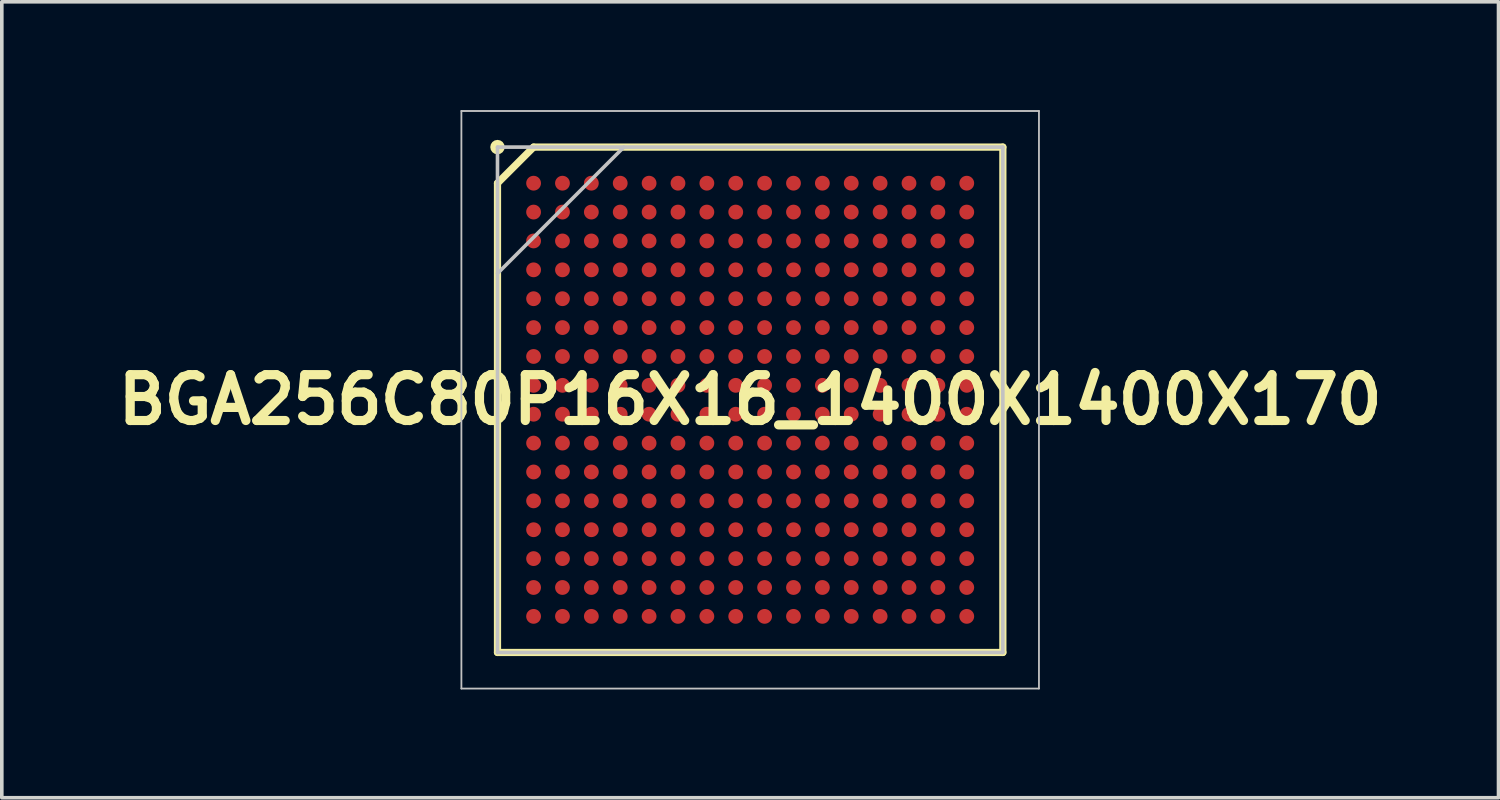
<source format=kicad_pcb>
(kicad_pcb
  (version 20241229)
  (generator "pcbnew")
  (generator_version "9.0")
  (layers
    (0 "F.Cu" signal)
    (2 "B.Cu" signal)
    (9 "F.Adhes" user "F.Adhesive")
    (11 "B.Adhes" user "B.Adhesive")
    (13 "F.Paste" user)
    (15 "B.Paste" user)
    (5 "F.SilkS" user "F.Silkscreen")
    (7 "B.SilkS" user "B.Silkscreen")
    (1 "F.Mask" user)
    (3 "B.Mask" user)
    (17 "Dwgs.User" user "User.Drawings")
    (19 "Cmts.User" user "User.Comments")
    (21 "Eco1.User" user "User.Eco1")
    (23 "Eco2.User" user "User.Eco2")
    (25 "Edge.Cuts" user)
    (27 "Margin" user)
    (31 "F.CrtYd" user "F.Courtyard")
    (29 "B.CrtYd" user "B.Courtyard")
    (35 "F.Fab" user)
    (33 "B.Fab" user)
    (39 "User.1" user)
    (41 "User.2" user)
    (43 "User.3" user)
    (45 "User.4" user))
  (footprint "BGA256C80P16X16_1400X1400X170"
    (layer "F.Cu")
    (at 17.732 8.025)
    (property "Reference" "BGA256C80P16X16_1400X1400X170" (at 0 0 0) (layer "F.SilkS") (effects (font (size 1.27 1.27) (thickness 0.254))))
    (attr smd)
    (fp_line (start -7 -6) (end -6 -7) (stroke (width 0.2) (type solid)) (layer "F.SilkS"))
    (fp_line (start -7 7) (end -7 -6) (stroke (width 0.2) (type solid)) (layer "F.SilkS"))
    (fp_line (start -6 -7) (end 7 -7) (stroke (width 0.2) (type solid)) (layer "F.SilkS"))
    (fp_line (start 7 -7) (end 7 7) (stroke (width 0.2) (type solid)) (layer "F.SilkS"))
    (fp_line (start 7 7) (end -7 7) (stroke (width 0.2) (type solid)) (layer "F.SilkS"))
    (fp_circle (center -7 -7) (end -7 -6.9) (stroke (width 0.2) (type solid)) (fill no) (layer "F.SilkS"))
    (fp_line (start -8 -8) (end 8 -8) (stroke (width 0.05) (type solid)) (layer "Dwgs.User"))
    (fp_line (start -8 8) (end -8 -8) (stroke (width 0.05) (type solid)) (layer "Dwgs.User"))
    (fp_line (start -7 -7) (end 7 -7) (stroke (width 0.1) (type solid)) (layer "Dwgs.User"))
    (fp_line (start -7 -3.5) (end -3.5 -7) (stroke (width 0.1) (type solid)) (layer "Dwgs.User"))
    (fp_line (start -7 7) (end -7 -7) (stroke (width 0.1) (type solid)) (layer "Dwgs.User"))
    (fp_line (start 7 -7) (end 7 7) (stroke (width 0.1) (type solid)) (layer "Dwgs.User"))
    (fp_line (start 7 7) (end -7 7) (stroke (width 0.1) (type solid)) (layer "Dwgs.User"))
    (fp_line (start 8 -8) (end 8 8) (stroke (width 0.05) (type solid)) (layer "Dwgs.User"))
    (fp_line (start 8 8) (end -8 8) (stroke (width 0.05) (type solid)) (layer "Dwgs.User"))
    (pad "A1" smd circle (at -6 -6 90) (size 0.41 0.41) (layers "F.Cu" "F.Mask" "F.Paste"))
    (pad "A2" smd circle (at -5.2 -6 90) (size 0.41 0.41) (layers "F.Cu" "F.Mask" "F.Paste"))
    (pad "A3" smd circle (at -4.4 -6 90) (size 0.41 0.41) (layers "F.Cu" "F.Mask" "F.Paste"))
    (pad "A4" smd circle (at -3.6 -6 90) (size 0.41 0.41) (layers "F.Cu" "F.Mask" "F.Paste"))
    (pad "A5" smd circle (at -2.8 -6 90) (size 0.41 0.41) (layers "F.Cu" "F.Mask" "F.Paste"))
    (pad "A6" smd circle (at -2 -6 90) (size 0.41 0.41) (layers "F.Cu" "F.Mask" "F.Paste"))
    (pad "A7" smd circle (at -1.2 -6 90) (size 0.41 0.41) (layers "F.Cu" "F.Mask" "F.Paste"))
    (pad "A8" smd circle (at -0.4 -6 90) (size 0.41 0.41) (layers "F.Cu" "F.Mask" "F.Paste"))
    (pad "A9" smd circle (at 0.4 -6 90) (size 0.41 0.41) (layers "F.Cu" "F.Mask" "F.Paste"))
    (pad "A10" smd circle (at 1.2 -6 90) (size 0.41 0.41) (layers "F.Cu" "F.Mask" "F.Paste"))
    (pad "A11" smd circle (at 2 -6 90) (size 0.41 0.41) (layers "F.Cu" "F.Mask" "F.Paste"))
    (pad "A12" smd circle (at 2.8 -6 90) (size 0.41 0.41) (layers "F.Cu" "F.Mask" "F.Paste"))
    (pad "A13" smd circle (at 3.6 -6 90) (size 0.41 0.41) (layers "F.Cu" "F.Mask" "F.Paste"))
    (pad "A14" smd circle (at 4.4 -6 90) (size 0.41 0.41) (layers "F.Cu" "F.Mask" "F.Paste"))
    (pad "A15" smd circle (at 5.2 -6 90) (size 0.41 0.41) (layers "F.Cu" "F.Mask" "F.Paste"))
    (pad "A16" smd circle (at 6 -6 90) (size 0.41 0.41) (layers "F.Cu" "F.Mask" "F.Paste"))
    (pad "B1" smd circle (at -6 -5.2 90) (size 0.41 0.41) (layers "F.Cu" "F.Mask" "F.Paste"))
    (pad "B2" smd circle (at -5.2 -5.2 90) (size 0.41 0.41) (layers "F.Cu" "F.Mask" "F.Paste"))
    (pad "B3" smd circle (at -4.4 -5.2 90) (size 0.41 0.41) (layers "F.Cu" "F.Mask" "F.Paste"))
    (pad "B4" smd circle (at -3.6 -5.2 90) (size 0.41 0.41) (layers "F.Cu" "F.Mask" "F.Paste"))
    (pad "B5" smd circle (at -2.8 -5.2 90) (size 0.41 0.41) (layers "F.Cu" "F.Mask" "F.Paste"))
    (pad "B6" smd circle (at -2 -5.2 90) (size 0.41 0.41) (layers "F.Cu" "F.Mask" "F.Paste"))
    (pad "B7" smd circle (at -1.2 -5.2 90) (size 0.41 0.41) (layers "F.Cu" "F.Mask" "F.Paste"))
    (pad "B8" smd circle (at -0.4 -5.2 90) (size 0.41 0.41) (layers "F.Cu" "F.Mask" "F.Paste"))
    (pad "B9" smd circle (at 0.4 -5.2 90) (size 0.41 0.41) (layers "F.Cu" "F.Mask" "F.Paste"))
    (pad "B10" smd circle (at 1.2 -5.2 90) (size 0.41 0.41) (layers "F.Cu" "F.Mask" "F.Paste"))
    (pad "B11" smd circle (at 2 -5.2 90) (size 0.41 0.41) (layers "F.Cu" "F.Mask" "F.Paste"))
    (pad "B12" smd circle (at 2.8 -5.2 90) (size 0.41 0.41) (layers "F.Cu" "F.Mask" "F.Paste"))
    (pad "B13" smd circle (at 3.6 -5.2 90) (size 0.41 0.41) (layers "F.Cu" "F.Mask" "F.Paste"))
    (pad "B14" smd circle (at 4.4 -5.2 90) (size 0.41 0.41) (layers "F.Cu" "F.Mask" "F.Paste"))
    (pad "B15" smd circle (at 5.2 -5.2 90) (size 0.41 0.41) (layers "F.Cu" "F.Mask" "F.Paste"))
    (pad "B16" smd circle (at 6 -5.2 90) (size 0.41 0.41) (layers "F.Cu" "F.Mask" "F.Paste"))
    (pad "C1" smd circle (at -6 -4.4 90) (size 0.41 0.41) (layers "F.Cu" "F.Mask" "F.Paste"))
    (pad "C2" smd circle (at -5.2 -4.4 90) (size 0.41 0.41) (layers "F.Cu" "F.Mask" "F.Paste"))
    (pad "C3" smd circle (at -4.4 -4.4 90) (size 0.41 0.41) (layers "F.Cu" "F.Mask" "F.Paste"))
    (pad "C4" smd circle (at -3.6 -4.4 90) (size 0.41 0.41) (layers "F.Cu" "F.Mask" "F.Paste"))
    (pad "C5" smd circle (at -2.8 -4.4 90) (size 0.41 0.41) (layers "F.Cu" "F.Mask" "F.Paste"))
    (pad "C6" smd circle (at -2 -4.4 90) (size 0.41 0.41) (layers "F.Cu" "F.Mask" "F.Paste"))
    (pad "C7" smd circle (at -1.2 -4.4 90) (size 0.41 0.41) (layers "F.Cu" "F.Mask" "F.Paste"))
    (pad "C8" smd circle (at -0.4 -4.4 90) (size 0.41 0.41) (layers "F.Cu" "F.Mask" "F.Paste"))
    (pad "C9" smd circle (at 0.4 -4.4 90) (size 0.41 0.41) (layers "F.Cu" "F.Mask" "F.Paste"))
    (pad "C10" smd circle (at 1.2 -4.4 90) (size 0.41 0.41) (layers "F.Cu" "F.Mask" "F.Paste"))
    (pad "C11" smd circle (at 2 -4.4 90) (size 0.41 0.41) (layers "F.Cu" "F.Mask" "F.Paste"))
    (pad "C12" smd circle (at 2.8 -4.4 90) (size 0.41 0.41) (layers "F.Cu" "F.Mask" "F.Paste"))
    (pad "C13" smd circle (at 3.6 -4.4 90) (size 0.41 0.41) (layers "F.Cu" "F.Mask" "F.Paste"))
    (pad "C14" smd circle (at 4.4 -4.4 90) (size 0.41 0.41) (layers "F.Cu" "F.Mask" "F.Paste"))
    (pad "C15" smd circle (at 5.2 -4.4 90) (size 0.41 0.41) (layers "F.Cu" "F.Mask" "F.Paste"))
    (pad "C16" smd circle (at 6 -4.4 90) (size 0.41 0.41) (layers "F.Cu" "F.Mask" "F.Paste"))
    (pad "D1" smd circle (at -6 -3.6 90) (size 0.41 0.41) (layers "F.Cu" "F.Mask" "F.Paste"))
    (pad "D2" smd circle (at -5.2 -3.6 90) (size 0.41 0.41) (layers "F.Cu" "F.Mask" "F.Paste"))
    (pad "D3" smd circle (at -4.4 -3.6 90) (size 0.41 0.41) (layers "F.Cu" "F.Mask" "F.Paste"))
    (pad "D4" smd circle (at -3.6 -3.6 90) (size 0.41 0.41) (layers "F.Cu" "F.Mask" "F.Paste"))
    (pad "D5" smd circle (at -2.8 -3.6 90) (size 0.41 0.41) (layers "F.Cu" "F.Mask" "F.Paste"))
    (pad "D6" smd circle (at -2 -3.6 90) (size 0.41 0.41) (layers "F.Cu" "F.Mask" "F.Paste"))
    (pad "D7" smd circle (at -1.2 -3.6 90) (size 0.41 0.41) (layers "F.Cu" "F.Mask" "F.Paste"))
    (pad "D8" smd circle (at -0.4 -3.6 90) (size 0.41 0.41) (layers "F.Cu" "F.Mask" "F.Paste"))
    (pad "D9" smd circle (at 0.4 -3.6 90) (size 0.41 0.41) (layers "F.Cu" "F.Mask" "F.Paste"))
    (pad "D10" smd circle (at 1.2 -3.6 90) (size 0.41 0.41) (layers "F.Cu" "F.Mask" "F.Paste"))
    (pad "D11" smd circle (at 2 -3.6 90) (size 0.41 0.41) (layers "F.Cu" "F.Mask" "F.Paste"))
    (pad "D12" smd circle (at 2.8 -3.6 90) (size 0.41 0.41) (layers "F.Cu" "F.Mask" "F.Paste"))
    (pad "D13" smd circle (at 3.6 -3.6 90) (size 0.41 0.41) (layers "F.Cu" "F.Mask" "F.Paste"))
    (pad "D14" smd circle (at 4.4 -3.6 90) (size 0.41 0.41) (layers "F.Cu" "F.Mask" "F.Paste"))
    (pad "D15" smd circle (at 5.2 -3.6 90) (size 0.41 0.41) (layers "F.Cu" "F.Mask" "F.Paste"))
    (pad "D16" smd circle (at 6 -3.6 90) (size 0.41 0.41) (layers "F.Cu" "F.Mask" "F.Paste"))
    (pad "E1" smd circle (at -6 -2.8 90) (size 0.41 0.41) (layers "F.Cu" "F.Mask" "F.Paste"))
    (pad "E2" smd circle (at -5.2 -2.8 90) (size 0.41 0.41) (layers "F.Cu" "F.Mask" "F.Paste"))
    (pad "E3" smd circle (at -4.4 -2.8 90) (size 0.41 0.41) (layers "F.Cu" "F.Mask" "F.Paste"))
    (pad "E4" smd circle (at -3.6 -2.8 90) (size 0.41 0.41) (layers "F.Cu" "F.Mask" "F.Paste"))
    (pad "E5" smd circle (at -2.8 -2.8 90) (size 0.41 0.41) (layers "F.Cu" "F.Mask" "F.Paste"))
    (pad "E6" smd circle (at -2 -2.8 90) (size 0.41 0.41) (layers "F.Cu" "F.Mask" "F.Paste"))
    (pad "E7" smd circle (at -1.2 -2.8 90) (size 0.41 0.41) (layers "F.Cu" "F.Mask" "F.Paste"))
    (pad "E8" smd circle (at -0.4 -2.8 90) (size 0.41 0.41) (layers "F.Cu" "F.Mask" "F.Paste"))
    (pad "E9" smd circle (at 0.4 -2.8 90) (size 0.41 0.41) (layers "F.Cu" "F.Mask" "F.Paste"))
    (pad "E10" smd circle (at 1.2 -2.8 90) (size 0.41 0.41) (layers "F.Cu" "F.Mask" "F.Paste"))
    (pad "E11" smd circle (at 2 -2.8 90) (size 0.41 0.41) (layers "F.Cu" "F.Mask" "F.Paste"))
    (pad "E12" smd circle (at 2.8 -2.8 90) (size 0.41 0.41) (layers "F.Cu" "F.Mask" "F.Paste"))
    (pad "E13" smd circle (at 3.6 -2.8 90) (size 0.41 0.41) (layers "F.Cu" "F.Mask" "F.Paste"))
    (pad "E14" smd circle (at 4.4 -2.8 90) (size 0.41 0.41) (layers "F.Cu" "F.Mask" "F.Paste"))
    (pad "E15" smd circle (at 5.2 -2.8 90) (size 0.41 0.41) (layers "F.Cu" "F.Mask" "F.Paste"))
    (pad "E16" smd circle (at 6 -2.8 90) (size 0.41 0.41) (layers "F.Cu" "F.Mask" "F.Paste"))
    (pad "F1" smd circle (at -6 -2 90) (size 0.41 0.41) (layers "F.Cu" "F.Mask" "F.Paste"))
    (pad "F2" smd circle (at -5.2 -2 90) (size 0.41 0.41) (layers "F.Cu" "F.Mask" "F.Paste"))
    (pad "F3" smd circle (at -4.4 -2 90) (size 0.41 0.41) (layers "F.Cu" "F.Mask" "F.Paste"))
    (pad "F4" smd circle (at -3.6 -2 90) (size 0.41 0.41) (layers "F.Cu" "F.Mask" "F.Paste"))
    (pad "F5" smd circle (at -2.8 -2 90) (size 0.41 0.41) (layers "F.Cu" "F.Mask" "F.Paste"))
    (pad "F6" smd circle (at -2 -2 90) (size 0.41 0.41) (layers "F.Cu" "F.Mask" "F.Paste"))
    (pad "F7" smd circle (at -1.2 -2 90) (size 0.41 0.41) (layers "F.Cu" "F.Mask" "F.Paste"))
    (pad "F8" smd circle (at -0.4 -2 90) (size 0.41 0.41) (layers "F.Cu" "F.Mask" "F.Paste"))
    (pad "F9" smd circle (at 0.4 -2 90) (size 0.41 0.41) (layers "F.Cu" "F.Mask" "F.Paste"))
    (pad "F10" smd circle (at 1.2 -2 90) (size 0.41 0.41) (layers "F.Cu" "F.Mask" "F.Paste"))
    (pad "F11" smd circle (at 2 -2 90) (size 0.41 0.41) (layers "F.Cu" "F.Mask" "F.Paste"))
    (pad "F12" smd circle (at 2.8 -2 90) (size 0.41 0.41) (layers "F.Cu" "F.Mask" "F.Paste"))
    (pad "F13" smd circle (at 3.6 -2 90) (size 0.41 0.41) (layers "F.Cu" "F.Mask" "F.Paste"))
    (pad "F14" smd circle (at 4.4 -2 90) (size 0.41 0.41) (layers "F.Cu" "F.Mask" "F.Paste"))
    (pad "F15" smd circle (at 5.2 -2 90) (size 0.41 0.41) (layers "F.Cu" "F.Mask" "F.Paste"))
    (pad "F16" smd circle (at 6 -2 90) (size 0.41 0.41) (layers "F.Cu" "F.Mask" "F.Paste"))
    (pad "G1" smd circle (at -6 -1.2 90) (size 0.41 0.41) (layers "F.Cu" "F.Mask" "F.Paste"))
    (pad "G2" smd circle (at -5.2 -1.2 90) (size 0.41 0.41) (layers "F.Cu" "F.Mask" "F.Paste"))
    (pad "G3" smd circle (at -4.4 -1.2 90) (size 0.41 0.41) (layers "F.Cu" "F.Mask" "F.Paste"))
    (pad "G4" smd circle (at -3.6 -1.2 90) (size 0.41 0.41) (layers "F.Cu" "F.Mask" "F.Paste"))
    (pad "G5" smd circle (at -2.8 -1.2 90) (size 0.41 0.41) (layers "F.Cu" "F.Mask" "F.Paste"))
    (pad "G6" smd circle (at -2 -1.2 90) (size 0.41 0.41) (layers "F.Cu" "F.Mask" "F.Paste"))
    (pad "G7" smd circle (at -1.2 -1.2 90) (size 0.41 0.41) (layers "F.Cu" "F.Mask" "F.Paste"))
    (pad "G8" smd circle (at -0.4 -1.2 90) (size 0.41 0.41) (layers "F.Cu" "F.Mask" "F.Paste"))
    (pad "G9" smd circle (at 0.4 -1.2 90) (size 0.41 0.41) (layers "F.Cu" "F.Mask" "F.Paste"))
    (pad "G10" smd circle (at 1.2 -1.2 90) (size 0.41 0.41) (layers "F.Cu" "F.Mask" "F.Paste"))
    (pad "G11" smd circle (at 2 -1.2 90) (size 0.41 0.41) (layers "F.Cu" "F.Mask" "F.Paste"))
    (pad "G12" smd circle (at 2.8 -1.2 90) (size 0.41 0.41) (layers "F.Cu" "F.Mask" "F.Paste"))
    (pad "G13" smd circle (at 3.6 -1.2 90) (size 0.41 0.41) (layers "F.Cu" "F.Mask" "F.Paste"))
    (pad "G14" smd circle (at 4.4 -1.2 90) (size 0.41 0.41) (layers "F.Cu" "F.Mask" "F.Paste"))
    (pad "G15" smd circle (at 5.2 -1.2 90) (size 0.41 0.41) (layers "F.Cu" "F.Mask" "F.Paste"))
    (pad "G16" smd circle (at 6 -1.2 90) (size 0.41 0.41) (layers "F.Cu" "F.Mask" "F.Paste"))
    (pad "H1" smd circle (at -6 -0.4 90) (size 0.41 0.41) (layers "F.Cu" "F.Mask" "F.Paste"))
    (pad "H2" smd circle (at -5.2 -0.4 90) (size 0.41 0.41) (layers "F.Cu" "F.Mask" "F.Paste"))
    (pad "H3" smd circle (at -4.4 -0.4 90) (size 0.41 0.41) (layers "F.Cu" "F.Mask" "F.Paste"))
    (pad "H4" smd circle (at -3.6 -0.4 90) (size 0.41 0.41) (layers "F.Cu" "F.Mask" "F.Paste"))
    (pad "H5" smd circle (at -2.8 -0.4 90) (size 0.41 0.41) (layers "F.Cu" "F.Mask" "F.Paste"))
    (pad "H6" smd circle (at -2 -0.4 90) (size 0.41 0.41) (layers "F.Cu" "F.Mask" "F.Paste"))
    (pad "H7" smd circle (at -1.2 -0.4 90) (size 0.41 0.41) (layers "F.Cu" "F.Mask" "F.Paste"))
    (pad "H8" smd circle (at -0.4 -0.4 90) (size 0.41 0.41) (layers "F.Cu" "F.Mask" "F.Paste"))
    (pad "H9" smd circle (at 0.4 -0.4 90) (size 0.41 0.41) (layers "F.Cu" "F.Mask" "F.Paste"))
    (pad "H10" smd circle (at 1.2 -0.4 90) (size 0.41 0.41) (layers "F.Cu" "F.Mask" "F.Paste"))
    (pad "H11" smd circle (at 2 -0.4 90) (size 0.41 0.41) (layers "F.Cu" "F.Mask" "F.Paste"))
    (pad "H12" smd circle (at 2.8 -0.4 90) (size 0.41 0.41) (layers "F.Cu" "F.Mask" "F.Paste"))
    (pad "H13" smd circle (at 3.6 -0.4 90) (size 0.41 0.41) (layers "F.Cu" "F.Mask" "F.Paste"))
    (pad "H14" smd circle (at 4.4 -0.4 90) (size 0.41 0.41) (layers "F.Cu" "F.Mask" "F.Paste"))
    (pad "H15" smd circle (at 5.2 -0.4 90) (size 0.41 0.41) (layers "F.Cu" "F.Mask" "F.Paste"))
    (pad "H16" smd circle (at 6 -0.4 90) (size 0.41 0.41) (layers "F.Cu" "F.Mask" "F.Paste"))
    (pad "J1" smd circle (at -6 0.4 90) (size 0.41 0.41) (layers "F.Cu" "F.Mask" "F.Paste"))
    (pad "J2" smd circle (at -5.2 0.4 90) (size 0.41 0.41) (layers "F.Cu" "F.Mask" "F.Paste"))
    (pad "J3" smd circle (at -4.4 0.4 90) (size 0.41 0.41) (layers "F.Cu" "F.Mask" "F.Paste"))
    (pad "J4" smd circle (at -3.6 0.4 90) (size 0.41 0.41) (layers "F.Cu" "F.Mask" "F.Paste"))
    (pad "J5" smd circle (at -2.8 0.4 90) (size 0.41 0.41) (layers "F.Cu" "F.Mask" "F.Paste"))
    (pad "J6" smd circle (at -2 0.4 90) (size 0.41 0.41) (layers "F.Cu" "F.Mask" "F.Paste"))
    (pad "J7" smd circle (at -1.2 0.4 90) (size 0.41 0.41) (layers "F.Cu" "F.Mask" "F.Paste"))
    (pad "J8" smd circle (at -0.4 0.4 90) (size 0.41 0.41) (layers "F.Cu" "F.Mask" "F.Paste"))
    (pad "J9" smd circle (at 0.4 0.4 90) (size 0.41 0.41) (layers "F.Cu" "F.Mask" "F.Paste"))
    (pad "J10" smd circle (at 1.2 0.4 90) (size 0.41 0.41) (layers "F.Cu" "F.Mask" "F.Paste"))
    (pad "J11" smd circle (at 2 0.4 90) (size 0.41 0.41) (layers "F.Cu" "F.Mask" "F.Paste"))
    (pad "J12" smd circle (at 2.8 0.4 90) (size 0.41 0.41) (layers "F.Cu" "F.Mask" "F.Paste"))
    (pad "J13" smd circle (at 3.6 0.4 90) (size 0.41 0.41) (layers "F.Cu" "F.Mask" "F.Paste"))
    (pad "J14" smd circle (at 4.4 0.4 90) (size 0.41 0.41) (layers "F.Cu" "F.Mask" "F.Paste"))
    (pad "J15" smd circle (at 5.2 0.4 90) (size 0.41 0.41) (layers "F.Cu" "F.Mask" "F.Paste"))
    (pad "J16" smd circle (at 6 0.4 90) (size 0.41 0.41) (layers "F.Cu" "F.Mask" "F.Paste"))
    (pad "K1" smd circle (at -6 1.2 90) (size 0.41 0.41) (layers "F.Cu" "F.Mask" "F.Paste"))
    (pad "K2" smd circle (at -5.2 1.2 90) (size 0.41 0.41) (layers "F.Cu" "F.Mask" "F.Paste"))
    (pad "K3" smd circle (at -4.4 1.2 90) (size 0.41 0.41) (layers "F.Cu" "F.Mask" "F.Paste"))
    (pad "K4" smd circle (at -3.6 1.2 90) (size 0.41 0.41) (layers "F.Cu" "F.Mask" "F.Paste"))
    (pad "K5" smd circle (at -2.8 1.2 90) (size 0.41 0.41) (layers "F.Cu" "F.Mask" "F.Paste"))
    (pad "K6" smd circle (at -2 1.2 90) (size 0.41 0.41) (layers "F.Cu" "F.Mask" "F.Paste"))
    (pad "K7" smd circle (at -1.2 1.2 90) (size 0.41 0.41) (layers "F.Cu" "F.Mask" "F.Paste"))
    (pad "K8" smd circle (at -0.4 1.2 90) (size 0.41 0.41) (layers "F.Cu" "F.Mask" "F.Paste"))
    (pad "K9" smd circle (at 0.4 1.2 90) (size 0.41 0.41) (layers "F.Cu" "F.Mask" "F.Paste"))
    (pad "K10" smd circle (at 1.2 1.2 90) (size 0.41 0.41) (layers "F.Cu" "F.Mask" "F.Paste"))
    (pad "K11" smd circle (at 2 1.2 90) (size 0.41 0.41) (layers "F.Cu" "F.Mask" "F.Paste"))
    (pad "K12" smd circle (at 2.8 1.2 90) (size 0.41 0.41) (layers "F.Cu" "F.Mask" "F.Paste"))
    (pad "K13" smd circle (at 3.6 1.2 90) (size 0.41 0.41) (layers "F.Cu" "F.Mask" "F.Paste"))
    (pad "K14" smd circle (at 4.4 1.2 90) (size 0.41 0.41) (layers "F.Cu" "F.Mask" "F.Paste"))
    (pad "K15" smd circle (at 5.2 1.2 90) (size 0.41 0.41) (layers "F.Cu" "F.Mask" "F.Paste"))
    (pad "K16" smd circle (at 6 1.2 90) (size 0.41 0.41) (layers "F.Cu" "F.Mask" "F.Paste"))
    (pad "L1" smd circle (at -6 2 90) (size 0.41 0.41) (layers "F.Cu" "F.Mask" "F.Paste"))
    (pad "L2" smd circle (at -5.2 2 90) (size 0.41 0.41) (layers "F.Cu" "F.Mask" "F.Paste"))
    (pad "L3" smd circle (at -4.4 2 90) (size 0.41 0.41) (layers "F.Cu" "F.Mask" "F.Paste"))
    (pad "L4" smd circle (at -3.6 2 90) (size 0.41 0.41) (layers "F.Cu" "F.Mask" "F.Paste"))
    (pad "L5" smd circle (at -2.8 2 90) (size 0.41 0.41) (layers "F.Cu" "F.Mask" "F.Paste"))
    (pad "L6" smd circle (at -2 2 90) (size 0.41 0.41) (layers "F.Cu" "F.Mask" "F.Paste"))
    (pad "L7" smd circle (at -1.2 2 90) (size 0.41 0.41) (layers "F.Cu" "F.Mask" "F.Paste"))
    (pad "L8" smd circle (at -0.4 2 90) (size 0.41 0.41) (layers "F.Cu" "F.Mask" "F.Paste"))
    (pad "L9" smd circle (at 0.4 2 90) (size 0.41 0.41) (layers "F.Cu" "F.Mask" "F.Paste"))
    (pad "L10" smd circle (at 1.2 2 90) (size 0.41 0.41) (layers "F.Cu" "F.Mask" "F.Paste"))
    (pad "L11" smd circle (at 2 2 90) (size 0.41 0.41) (layers "F.Cu" "F.Mask" "F.Paste"))
    (pad "L12" smd circle (at 2.8 2 90) (size 0.41 0.41) (layers "F.Cu" "F.Mask" "F.Paste"))
    (pad "L13" smd circle (at 3.6 2 90) (size 0.41 0.41) (layers "F.Cu" "F.Mask" "F.Paste"))
    (pad "L14" smd circle (at 4.4 2 90) (size 0.41 0.41) (layers "F.Cu" "F.Mask" "F.Paste"))
    (pad "L15" smd circle (at 5.2 2 90) (size 0.41 0.41) (layers "F.Cu" "F.Mask" "F.Paste"))
    (pad "L16" smd circle (at 6 2 90) (size 0.41 0.41) (layers "F.Cu" "F.Mask" "F.Paste"))
    (pad "M1" smd circle (at -6 2.8 90) (size 0.41 0.41) (layers "F.Cu" "F.Mask" "F.Paste"))
    (pad "M2" smd circle (at -5.2 2.8 90) (size 0.41 0.41) (layers "F.Cu" "F.Mask" "F.Paste"))
    (pad "M3" smd circle (at -4.4 2.8 90) (size 0.41 0.41) (layers "F.Cu" "F.Mask" "F.Paste"))
    (pad "M4" smd circle (at -3.6 2.8 90) (size 0.41 0.41) (layers "F.Cu" "F.Mask" "F.Paste"))
    (pad "M5" smd circle (at -2.8 2.8 90) (size 0.41 0.41) (layers "F.Cu" "F.Mask" "F.Paste"))
    (pad "M6" smd circle (at -2 2.8 90) (size 0.41 0.41) (layers "F.Cu" "F.Mask" "F.Paste"))
    (pad "M7" smd circle (at -1.2 2.8 90) (size 0.41 0.41) (layers "F.Cu" "F.Mask" "F.Paste"))
    (pad "M8" smd circle (at -0.4 2.8 90) (size 0.41 0.41) (layers "F.Cu" "F.Mask" "F.Paste"))
    (pad "M9" smd circle (at 0.4 2.8 90) (size 0.41 0.41) (layers "F.Cu" "F.Mask" "F.Paste"))
    (pad "M10" smd circle (at 1.2 2.8 90) (size 0.41 0.41) (layers "F.Cu" "F.Mask" "F.Paste"))
    (pad "M11" smd circle (at 2 2.8 90) (size 0.41 0.41) (layers "F.Cu" "F.Mask" "F.Paste"))
    (pad "M12" smd circle (at 2.8 2.8 90) (size 0.41 0.41) (layers "F.Cu" "F.Mask" "F.Paste"))
    (pad "M13" smd circle (at 3.6 2.8 90) (size 0.41 0.41) (layers "F.Cu" "F.Mask" "F.Paste"))
    (pad "M14" smd circle (at 4.4 2.8 90) (size 0.41 0.41) (layers "F.Cu" "F.Mask" "F.Paste"))
    (pad "M15" smd circle (at 5.2 2.8 90) (size 0.41 0.41) (layers "F.Cu" "F.Mask" "F.Paste"))
    (pad "M16" smd circle (at 6 2.8 90) (size 0.41 0.41) (layers "F.Cu" "F.Mask" "F.Paste"))
    (pad "N1" smd circle (at -6 3.6 90) (size 0.41 0.41) (layers "F.Cu" "F.Mask" "F.Paste"))
    (pad "N2" smd circle (at -5.2 3.6 90) (size 0.41 0.41) (layers "F.Cu" "F.Mask" "F.Paste"))
    (pad "N3" smd circle (at -4.4 3.6 90) (size 0.41 0.41) (layers "F.Cu" "F.Mask" "F.Paste"))
    (pad "N4" smd circle (at -3.6 3.6 90) (size 0.41 0.41) (layers "F.Cu" "F.Mask" "F.Paste"))
    (pad "N5" smd circle (at -2.8 3.6 90) (size 0.41 0.41) (layers "F.Cu" "F.Mask" "F.Paste"))
    (pad "N6" smd circle (at -2 3.6 90) (size 0.41 0.41) (layers "F.Cu" "F.Mask" "F.Paste"))
    (pad "N7" smd circle (at -1.2 3.6 90) (size 0.41 0.41) (layers "F.Cu" "F.Mask" "F.Paste"))
    (pad "N8" smd circle (at -0.4 3.6 90) (size 0.41 0.41) (layers "F.Cu" "F.Mask" "F.Paste"))
    (pad "N9" smd circle (at 0.4 3.6 90) (size 0.41 0.41) (layers "F.Cu" "F.Mask" "F.Paste"))
    (pad "N10" smd circle (at 1.2 3.6 90) (size 0.41 0.41) (layers "F.Cu" "F.Mask" "F.Paste"))
    (pad "N11" smd circle (at 2 3.6 90) (size 0.41 0.41) (layers "F.Cu" "F.Mask" "F.Paste"))
    (pad "N12" smd circle (at 2.8 3.6 90) (size 0.41 0.41) (layers "F.Cu" "F.Mask" "F.Paste"))
    (pad "N13" smd circle (at 3.6 3.6 90) (size 0.41 0.41) (layers "F.Cu" "F.Mask" "F.Paste"))
    (pad "N14" smd circle (at 4.4 3.6 90) (size 0.41 0.41) (layers "F.Cu" "F.Mask" "F.Paste"))
    (pad "N15" smd circle (at 5.2 3.6 90) (size 0.41 0.41) (layers "F.Cu" "F.Mask" "F.Paste"))
    (pad "N16" smd circle (at 6 3.6 90) (size 0.41 0.41) (layers "F.Cu" "F.Mask" "F.Paste"))
    (pad "P1" smd circle (at -6 4.4 90) (size 0.41 0.41) (layers "F.Cu" "F.Mask" "F.Paste"))
    (pad "P2" smd circle (at -5.2 4.4 90) (size 0.41 0.41) (layers "F.Cu" "F.Mask" "F.Paste"))
    (pad "P3" smd circle (at -4.4 4.4 90) (size 0.41 0.41) (layers "F.Cu" "F.Mask" "F.Paste"))
    (pad "P4" smd circle (at -3.6 4.4 90) (size 0.41 0.41) (layers "F.Cu" "F.Mask" "F.Paste"))
    (pad "P5" smd circle (at -2.8 4.4 90) (size 0.41 0.41) (layers "F.Cu" "F.Mask" "F.Paste"))
    (pad "P6" smd circle (at -2 4.4 90) (size 0.41 0.41) (layers "F.Cu" "F.Mask" "F.Paste"))
    (pad "P7" smd circle (at -1.2 4.4 90) (size 0.41 0.41) (layers "F.Cu" "F.Mask" "F.Paste"))
    (pad "P8" smd circle (at -0.4 4.4 90) (size 0.41 0.41) (layers "F.Cu" "F.Mask" "F.Paste"))
    (pad "P9" smd circle (at 0.4 4.4 90) (size 0.41 0.41) (layers "F.Cu" "F.Mask" "F.Paste"))
    (pad "P10" smd circle (at 1.2 4.4 90) (size 0.41 0.41) (layers "F.Cu" "F.Mask" "F.Paste"))
    (pad "P11" smd circle (at 2 4.4 90) (size 0.41 0.41) (layers "F.Cu" "F.Mask" "F.Paste"))
    (pad "P12" smd circle (at 2.8 4.4 90) (size 0.41 0.41) (layers "F.Cu" "F.Mask" "F.Paste"))
    (pad "P13" smd circle (at 3.6 4.4 90) (size 0.41 0.41) (layers "F.Cu" "F.Mask" "F.Paste"))
    (pad "P14" smd circle (at 4.4 4.4 90) (size 0.41 0.41) (layers "F.Cu" "F.Mask" "F.Paste"))
    (pad "P15" smd circle (at 5.2 4.4 90) (size 0.41 0.41) (layers "F.Cu" "F.Mask" "F.Paste"))
    (pad "P16" smd circle (at 6 4.4 90) (size 0.41 0.41) (layers "F.Cu" "F.Mask" "F.Paste"))
    (pad "R1" smd circle (at -6 5.2 90) (size 0.41 0.41) (layers "F.Cu" "F.Mask" "F.Paste"))
    (pad "R2" smd circle (at -5.2 5.2 90) (size 0.41 0.41) (layers "F.Cu" "F.Mask" "F.Paste"))
    (pad "R3" smd circle (at -4.4 5.2 90) (size 0.41 0.41) (layers "F.Cu" "F.Mask" "F.Paste"))
    (pad "R4" smd circle (at -3.6 5.2 90) (size 0.41 0.41) (layers "F.Cu" "F.Mask" "F.Paste"))
    (pad "R5" smd circle (at -2.8 5.2 90) (size 0.41 0.41) (layers "F.Cu" "F.Mask" "F.Paste"))
    (pad "R6" smd circle (at -2 5.2 90) (size 0.41 0.41) (layers "F.Cu" "F.Mask" "F.Paste"))
    (pad "R7" smd circle (at -1.2 5.2 90) (size 0.41 0.41) (layers "F.Cu" "F.Mask" "F.Paste"))
    (pad "R8" smd circle (at -0.4 5.2 90) (size 0.41 0.41) (layers "F.Cu" "F.Mask" "F.Paste"))
    (pad "R9" smd circle (at 0.4 5.2 90) (size 0.41 0.41) (layers "F.Cu" "F.Mask" "F.Paste"))
    (pad "R10" smd circle (at 1.2 5.2 90) (size 0.41 0.41) (layers "F.Cu" "F.Mask" "F.Paste"))
    (pad "R11" smd circle (at 2 5.2 90) (size 0.41 0.41) (layers "F.Cu" "F.Mask" "F.Paste"))
    (pad "R12" smd circle (at 2.8 5.2 90) (size 0.41 0.41) (layers "F.Cu" "F.Mask" "F.Paste"))
    (pad "R13" smd circle (at 3.6 5.2 90) (size 0.41 0.41) (layers "F.Cu" "F.Mask" "F.Paste"))
    (pad "R14" smd circle (at 4.4 5.2 90) (size 0.41 0.41) (layers "F.Cu" "F.Mask" "F.Paste"))
    (pad "R15" smd circle (at 5.2 5.2 90) (size 0.41 0.41) (layers "F.Cu" "F.Mask" "F.Paste"))
    (pad "R16" smd circle (at 6 5.2 90) (size 0.41 0.41) (layers "F.Cu" "F.Mask" "F.Paste"))
    (pad "T1" smd circle (at -6 6 90) (size 0.41 0.41) (layers "F.Cu" "F.Mask" "F.Paste"))
    (pad "T2" smd circle (at -5.2 6 90) (size 0.41 0.41) (layers "F.Cu" "F.Mask" "F.Paste"))
    (pad "T3" smd circle (at -4.4 6 90) (size 0.41 0.41) (layers "F.Cu" "F.Mask" "F.Paste"))
    (pad "T4" smd circle (at -3.6 6 90) (size 0.41 0.41) (layers "F.Cu" "F.Mask" "F.Paste"))
    (pad "T5" smd circle (at -2.8 6 90) (size 0.41 0.41) (layers "F.Cu" "F.Mask" "F.Paste"))
    (pad "T6" smd circle (at -2 6 90) (size 0.41 0.41) (layers "F.Cu" "F.Mask" "F.Paste"))
    (pad "T7" smd circle (at -1.2 6 90) (size 0.41 0.41) (layers "F.Cu" "F.Mask" "F.Paste"))
    (pad "T8" smd circle (at -0.4 6 90) (size 0.41 0.41) (layers "F.Cu" "F.Mask" "F.Paste"))
    (pad "T9" smd circle (at 0.4 6 90) (size 0.41 0.41) (layers "F.Cu" "F.Mask" "F.Paste"))
    (pad "T10" smd circle (at 1.2 6 90) (size 0.41 0.41) (layers "F.Cu" "F.Mask" "F.Paste"))
    (pad "T11" smd circle (at 2 6 90) (size 0.41 0.41) (layers "F.Cu" "F.Mask" "F.Paste"))
    (pad "T12" smd circle (at 2.8 6 90) (size 0.41 0.41) (layers "F.Cu" "F.Mask" "F.Paste"))
    (pad "T13" smd circle (at 3.6 6 90) (size 0.41 0.41) (layers "F.Cu" "F.Mask" "F.Paste"))
    (pad "T14" smd circle (at 4.4 6 90) (size 0.41 0.41) (layers "F.Cu" "F.Mask" "F.Paste"))
    (pad "T15" smd circle (at 5.2 6 90) (size 0.41 0.41) (layers "F.Cu" "F.Mask" "F.Paste"))
    (pad "T16" smd circle (at 6 6 90) (size 0.41 0.41) (layers "F.Cu" "F.Mask" "F.Paste")))
  (gr_rect
    (start -3 -3)
    (end 38.463 19.05)
    (stroke (width 0.1) (type default))
    (fill no)
    (layer "Edge.Cuts")))
</source>
